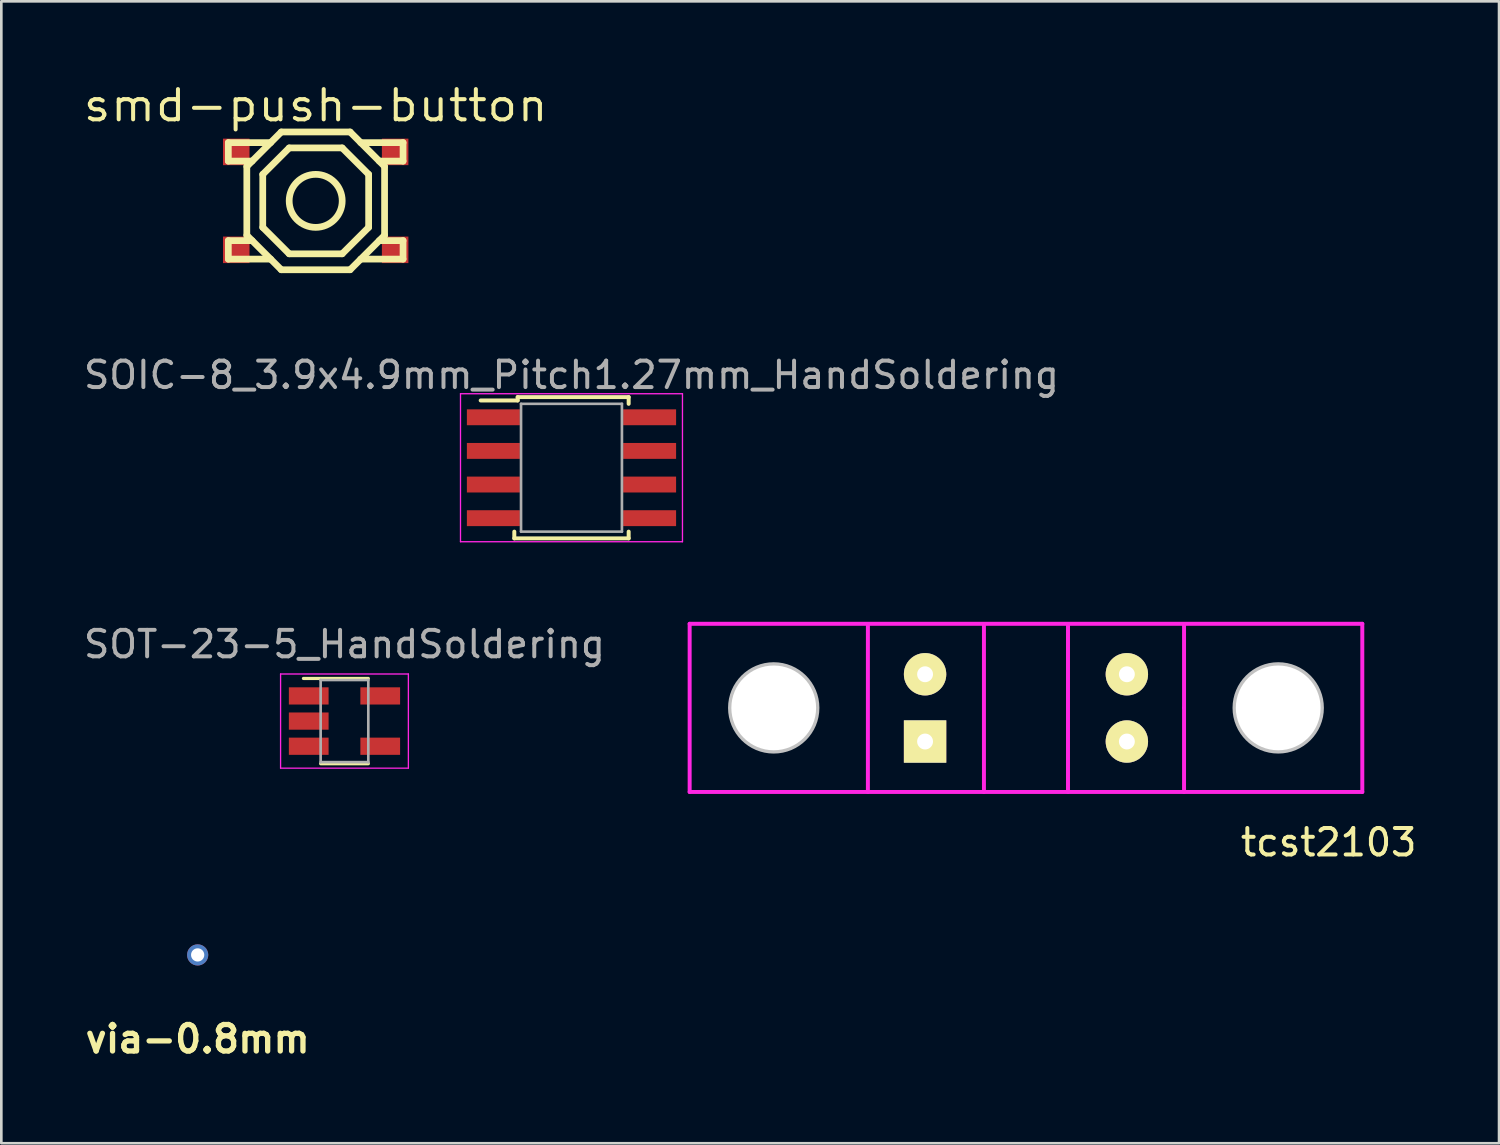
<source format=kicad_pcb>
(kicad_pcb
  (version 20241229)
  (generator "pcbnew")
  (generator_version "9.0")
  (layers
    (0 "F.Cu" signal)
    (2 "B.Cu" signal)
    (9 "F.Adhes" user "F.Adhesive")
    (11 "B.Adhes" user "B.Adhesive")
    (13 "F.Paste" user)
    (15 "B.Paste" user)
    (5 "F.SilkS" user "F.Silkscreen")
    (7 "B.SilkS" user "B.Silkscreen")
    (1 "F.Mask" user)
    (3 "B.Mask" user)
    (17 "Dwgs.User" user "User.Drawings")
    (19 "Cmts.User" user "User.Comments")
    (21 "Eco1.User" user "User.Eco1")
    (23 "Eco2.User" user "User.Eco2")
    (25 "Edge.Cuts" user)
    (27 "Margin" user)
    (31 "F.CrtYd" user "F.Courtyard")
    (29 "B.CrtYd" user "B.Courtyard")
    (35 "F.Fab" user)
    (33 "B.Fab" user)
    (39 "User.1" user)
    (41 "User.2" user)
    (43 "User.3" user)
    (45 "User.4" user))
  (footprint "via-0.8mm"
    (layer "F.Cu")
    (at 4.414 33.009)
    (property "Reference" "via-0.8mm" (at 0 3.175 0) (layer "F.SilkS") (effects (font (size 1 1) (thickness 0.2))))
    (attr through_hole)
    (pad "1" thru_hole circle (at 0 0) (size 0.8 0.8) (drill 0.5) (layers "*.Cu")))
  (footprint "tcst2103"
    (layer "F.Cu")
    (at 35.692 23.681)
    (property "Reference" "tcst2103" (at 11.43 5.08 0) (layer "F.SilkS") (effects (font (size 1 1) (thickness 0.15))))
    (attr through_hole)
    (fp_circle (center -9.525 0) (end -11.175 0) (stroke (width 0.15) (type solid)) (fill no) (layer "Dwgs.User"))
    (fp_circle (center 9.525 0) (end 11.175 0) (stroke (width 0.15) (type solid)) (fill no) (layer "Dwgs.User"))
    (fp_line (start -12.7 -3.175) (end -12.7 3.175) (stroke (width 0.15) (type solid)) (layer "F.CrtYd"))
    (fp_line (start -12.7 -3.175) (end 12.7 -3.175) (stroke (width 0.15) (type solid)) (layer "F.CrtYd"))
    (fp_line (start -5.969 -3.111) (end -5.969 3.175) (stroke (width 0.15) (type solid)) (layer "F.CrtYd"))
    (fp_line (start -1.587 -3.111) (end -1.587 3.175) (stroke (width 0.15) (type solid)) (layer "F.CrtYd"))
    (fp_line (start 1.587 -3.111) (end 1.587 3.175) (stroke (width 0.15) (type solid)) (layer "F.CrtYd"))
    (fp_line (start 5.969 0) (end 5.969 -3.111) (stroke (width 0.15) (type solid)) (layer "F.CrtYd"))
    (fp_line (start 5.969 0) (end 5.969 3.175) (stroke (width 0.15) (type solid)) (layer "F.CrtYd"))
    (fp_line (start 12.7 -3.175) (end 12.7 3.175) (stroke (width 0.15) (type solid)) (layer "F.CrtYd"))
    (fp_line (start 12.7 3.175) (end -12.7 3.175) (stroke (width 0.15) (type solid)) (layer "F.CrtYd"))
    (pad "" np_thru_hole circle (at -9.525 0) (size 3.2 3.2) (drill 3.2) (layers "*.Cu" "*.Mask" "F.SilkS"))
    (pad "" np_thru_hole circle (at 9.525 0) (size 3.2 3.2) (drill 3.2) (layers "*.Cu" "*.Mask" "F.SilkS"))
    (pad "1" thru_hole circle (at -3.81 -1.27) (size 1.6 1.6) (drill 0.6) (layers "*.Cu" "*.Mask" "F.SilkS"))
    (pad "2" thru_hole rect (at -3.81 1.27) (size 1.6 1.6) (drill 0.6) (layers "*.Cu" "*.Mask" "F.SilkS"))
    (pad "3" thru_hole circle (at 3.81 1.27) (size 1.6 1.6) (drill 0.6) (layers "*.Cu" "*.Mask" "F.SilkS"))
    (pad "4" thru_hole circle (at 3.81 -1.27) (size 1.6 1.6) (drill 0.6) (layers "*.Cu" "*.Mask" "F.SilkS")))
  (footprint "SOIC-8_3.9x4.9mm_Pitch1.27mm_HandSoldering"
    (layer "F.Cu")
    (at 18.53 14.612)
    (property "Reference" "SOIC-8_3.9x4.9mm_Pitch1.27mm_HandSoldering" (at 0 -3.5 0) (layer "F.Fab") (effects (font (size 1 1) (thickness 0.15))))
    (attr smd)
    (fp_line (start -2.159 2.667) (end -2.159 2.413) (stroke (width 0.15) (type solid)) (layer "F.SilkS"))
    (fp_line (start -2.159 2.667) (end 2.159 2.667) (stroke (width 0.15) (type solid)) (layer "F.SilkS"))
    (fp_line (start -2.032 -2.667) (end -2.032 -2.54) (stroke (width 0.15) (type solid)) (layer "F.SilkS"))
    (fp_line (start -2.032 -2.667) (end 2.159 -2.667) (stroke (width 0.15) (type solid)) (layer "F.SilkS"))
    (fp_line (start -2.032 -2.54) (end -3.429 -2.54) (stroke (width 0.15) (type solid)) (layer "F.SilkS"))
    (fp_line (start 2.159 -2.667) (end 2.159 -2.413) (stroke (width 0.15) (type solid)) (layer "F.SilkS"))
    (fp_line (start 2.159 2.667) (end 2.159 2.413) (stroke (width 0.15) (type solid)) (layer "F.SilkS"))
    (fp_line (start -4.191 -2.794) (end -4.191 2.794) (stroke (width 0.05) (type solid)) (layer "F.CrtYd"))
    (fp_line (start -4.191 -2.794) (end 4.191 -2.794) (stroke (width 0.05) (type solid)) (layer "F.CrtYd"))
    (fp_line (start -4.191 2.794) (end 4.191 2.794) (stroke (width 0.05) (type solid)) (layer "F.CrtYd"))
    (fp_line (start 4.191 -2.794) (end 4.191 2.794) (stroke (width 0.05) (type solid)) (layer "F.CrtYd"))
    (fp_line (start -1.905 -2.413) (end 1.905 -2.413) (stroke (width 0.1) (type solid)) (layer "F.Fab"))
    (fp_line (start -1.905 2.413) (end -1.905 -2.413) (stroke (width 0.1) (type solid)) (layer "F.Fab"))
    (fp_line (start 1.905 -2.413) (end 1.905 2.413) (stroke (width 0.1) (type solid)) (layer "F.Fab"))
    (fp_line (start 1.905 2.413) (end -1.905 2.413) (stroke (width 0.1) (type solid)) (layer "F.Fab"))
    (pad "1" smd rect (at -2.95 -1.905) (size 2 0.6) (layers "F.Cu" "F.Mask" "F.Paste"))
    (pad "2" smd rect (at -2.95 -0.635) (size 2 0.6) (layers "F.Cu" "F.Mask" "F.Paste"))
    (pad "3" smd rect (at -2.95 0.635) (size 2 0.6) (layers "F.Cu" "F.Mask" "F.Paste"))
    (pad "4" smd rect (at -2.95 1.905) (size 2 0.6) (layers "F.Cu" "F.Mask" "F.Paste"))
    (pad "5" smd rect (at 2.95 1.905) (size 2 0.6) (layers "F.Cu" "F.Mask" "F.Paste"))
    (pad "6" smd rect (at 2.95 0.635) (size 2 0.6) (layers "F.Cu" "F.Mask" "F.Paste"))
    (pad "7" smd rect (at 2.95 -0.635) (size 2 0.6) (layers "F.Cu" "F.Mask" "F.Paste"))
    (pad "8" smd rect (at 2.95 -1.905) (size 2 0.6) (layers "F.Cu" "F.Mask" "F.Paste")))
  (footprint "smd-push-button"
    (layer "F.Cu")
    (at 8.871 4.535)
    (property "Reference" "smd-push-button" (at 0 -3.599 0) (layer "F.SilkS") (effects (font (size 1.143 1.27) (thickness 0.152))))
    (attr through_hole)
    (fp_line (start -3.299 -2.2) (end -3.299 -1.501) (stroke (width 0.254) (type solid)) (layer "F.SilkS"))
    (fp_line (start -3.299 -1.501) (end -2.4 -1.501) (stroke (width 0.254) (type solid)) (layer "F.SilkS"))
    (fp_line (start -3.299 1.501) (end -3.299 2.2) (stroke (width 0.254) (type solid)) (layer "F.SilkS"))
    (fp_line (start -3.299 1.501) (end -2.4 1.501) (stroke (width 0.254) (type solid)) (layer "F.SilkS"))
    (fp_line (start -3.299 2.2) (end -1.699 2.2) (stroke (width 0.254) (type solid)) (layer "F.SilkS"))
    (fp_line (start -2.601 -1.3) (end -2.601 1.3) (stroke (width 0.254) (type solid)) (layer "F.SilkS"))
    (fp_line (start -2.601 1.3) (end -1.3 2.601) (stroke (width 0.254) (type solid)) (layer "F.SilkS"))
    (fp_line (start -1.999 -1.001) (end -1.999 1.001) (stroke (width 0.254) (type solid)) (layer "F.SilkS"))
    (fp_line (start -1.999 1.001) (end -1.001 1.999) (stroke (width 0.254) (type solid)) (layer "F.SilkS"))
    (fp_line (start -1.699 -2.2) (end -3.299 -2.2) (stroke (width 0.254) (type solid)) (layer "F.SilkS"))
    (fp_line (start -1.3 -2.601) (end -2.601 -1.3) (stroke (width 0.254) (type solid)) (layer "F.SilkS"))
    (fp_line (start -1.3 2.601) (end 1.3 2.601) (stroke (width 0.254) (type solid)) (layer "F.SilkS"))
    (fp_line (start -1.001 -1.999) (end -1.999 -1.001) (stroke (width 0.254) (type solid)) (layer "F.SilkS"))
    (fp_line (start -1.001 1.999) (end 1.001 1.999) (stroke (width 0.254) (type solid)) (layer "F.SilkS"))
    (fp_line (start 1.001 -1.999) (end -1.001 -1.999) (stroke (width 0.254) (type solid)) (layer "F.SilkS"))
    (fp_line (start 1.001 1.999) (end 1.999 1.001) (stroke (width 0.254) (type solid)) (layer "F.SilkS"))
    (fp_line (start 1.3 -2.601) (end -1.3 -2.601) (stroke (width 0.254) (type solid)) (layer "F.SilkS"))
    (fp_line (start 1.3 2.601) (end 2.601 1.3) (stroke (width 0.254) (type solid)) (layer "F.SilkS"))
    (fp_line (start 1.699 2.2) (end 3.299 2.2) (stroke (width 0.254) (type solid)) (layer "F.SilkS"))
    (fp_line (start 1.999 -1.001) (end 1.001 -1.999) (stroke (width 0.254) (type solid)) (layer "F.SilkS"))
    (fp_line (start 1.999 1.001) (end 1.999 -1.001) (stroke (width 0.254) (type solid)) (layer "F.SilkS"))
    (fp_line (start 2.4 -1.501) (end 3.299 -1.501) (stroke (width 0.254) (type solid)) (layer "F.SilkS"))
    (fp_line (start 2.601 -1.3) (end 1.3 -2.601) (stroke (width 0.254) (type solid)) (layer "F.SilkS"))
    (fp_line (start 2.601 1.3) (end 2.601 -1.3) (stroke (width 0.254) (type solid)) (layer "F.SilkS"))
    (fp_line (start 3.299 -2.2) (end 1.699 -2.2) (stroke (width 0.254) (type solid)) (layer "F.SilkS"))
    (fp_line (start 3.299 -1.501) (end 3.299 -2.2) (stroke (width 0.254) (type solid)) (layer "F.SilkS"))
    (fp_line (start 3.299 1.501) (end 2.4 1.501) (stroke (width 0.254) (type solid)) (layer "F.SilkS"))
    (fp_line (start 3.299 2.2) (end 3.299 1.501) (stroke (width 0.254) (type solid)) (layer "F.SilkS"))
    (fp_circle (center 0 0) (end -1.001 0) (stroke (width 0.254) (type solid)) (fill no) (layer "F.SilkS"))
    (pad "1" smd rect (at -3 -1.849) (size 1.001 1.001) (layers "F.Cu" "F.Mask" "F.Paste"))
    (pad "2" smd rect (at 3 1.849) (size 1.001 1.001) (layers "F.Cu" "F.Mask" "F.Paste"))
    (pad "3" smd rect (at -3 1.849) (size 1.001 1.001) (layers "F.Cu" "F.Mask" "F.Paste"))
    (pad "4" smd rect (at 3 -1.849) (size 1.001 1.001) (layers "F.Cu" "F.Mask" "F.Paste")))
  (footprint "SOT-23-5_HandSoldering"
    (layer "F.Cu")
    (at 9.958 24.179)
    (property "Reference" "SOT-23-5_HandSoldering" (at 0 -2.9 0) (layer "F.Fab") (effects (font (size 1 1) (thickness 0.15))))
    (attr smd)
    (fp_line (start -0.9 1.61) (end 0.9 1.61) (stroke (width 0.12) (type solid)) (layer "F.SilkS"))
    (fp_line (start 0.9 -1.61) (end -1.55 -1.61) (stroke (width 0.12) (type solid)) (layer "F.SilkS"))
    (fp_line (start -2.413 -1.778) (end 2.413 -1.778) (stroke (width 0.05) (type solid)) (layer "F.CrtYd"))
    (fp_line (start -2.413 1.778) (end -2.413 -1.778) (stroke (width 0.05) (type solid)) (layer "F.CrtYd"))
    (fp_line (start 2.413 -1.778) (end 2.413 1.778) (stroke (width 0.05) (type solid)) (layer "F.CrtYd"))
    (fp_line (start 2.413 1.778) (end -2.413 1.778) (stroke (width 0.05) (type solid)) (layer "F.CrtYd"))
    (fp_line (start -0.9 -1.55) (end -0.9 1.55) (stroke (width 0.1) (type solid)) (layer "F.Fab"))
    (fp_line (start 0.9 -1.55) (end -0.9 -1.55) (stroke (width 0.1) (type solid)) (layer "F.Fab"))
    (fp_line (start 0.9 -1.55) (end 0.9 1.55) (stroke (width 0.1) (type solid)) (layer "F.Fab"))
    (fp_line (start 0.9 1.55) (end -0.9 1.55) (stroke (width 0.1) (type solid)) (layer "F.Fab"))
    (pad "1" smd rect (at -1.35 -0.95) (size 1.5 0.65) (layers "F.Cu" "F.Mask" "F.Paste"))
    (pad "2" smd rect (at -1.35 0) (size 1.5 0.65) (layers "F.Cu" "F.Mask" "F.Paste"))
    (pad "3" smd rect (at -1.35 0.95) (size 1.5 0.65) (layers "F.Cu" "F.Mask" "F.Paste"))
    (pad "4" smd rect (at 1.35 0.95) (size 1.5 0.65) (layers "F.Cu" "F.Mask" "F.Paste"))
    (pad "5" smd rect (at 1.35 -0.95) (size 1.5 0.65) (layers "F.Cu" "F.Mask" "F.Paste")))
  (gr_rect
    (start -3 -3)
    (end 53.556 40.12)
    (stroke (width 0.1) (type default))
    (fill no)
    (layer "Edge.Cuts")))
</source>
